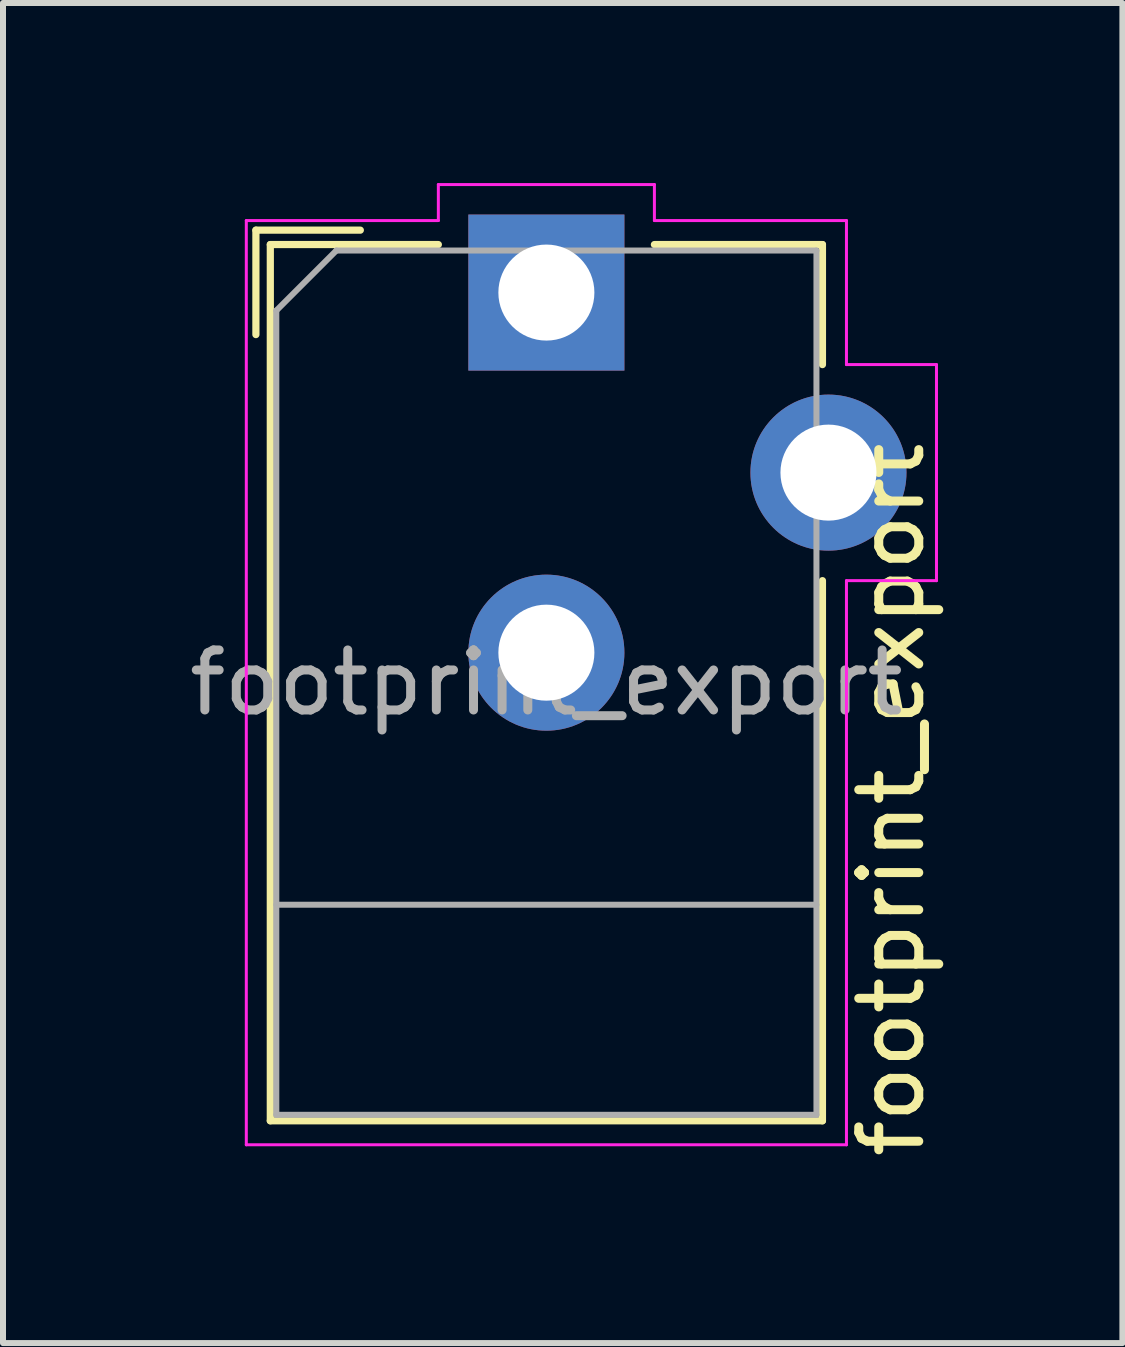
<source format=kicad_pcb>
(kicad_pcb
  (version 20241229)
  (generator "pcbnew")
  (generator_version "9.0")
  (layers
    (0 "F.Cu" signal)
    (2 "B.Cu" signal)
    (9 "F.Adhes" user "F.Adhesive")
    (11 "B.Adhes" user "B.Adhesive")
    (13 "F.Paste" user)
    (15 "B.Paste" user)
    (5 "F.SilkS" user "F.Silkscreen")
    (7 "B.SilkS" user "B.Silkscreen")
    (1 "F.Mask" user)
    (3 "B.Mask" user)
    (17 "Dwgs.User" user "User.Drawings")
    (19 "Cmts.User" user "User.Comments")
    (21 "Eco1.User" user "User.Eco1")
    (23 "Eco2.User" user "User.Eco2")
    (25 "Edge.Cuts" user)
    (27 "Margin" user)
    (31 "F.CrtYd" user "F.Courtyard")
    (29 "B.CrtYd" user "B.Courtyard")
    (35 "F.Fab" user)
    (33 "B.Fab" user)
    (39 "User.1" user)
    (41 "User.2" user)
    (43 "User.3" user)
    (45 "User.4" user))
  (footprint "footprint_export"
    (layer "F.Cu")
    (at 6.054 1.825)
    (property "Reference" "footprint_export" (at 5.75 8.45 90) (layer "F.SilkS") (effects (font (size 1 1) (thickness 0.15))))
    (attr through_hole)
    (fp_line (start -4.84 -1.04) (end -3.1 -1.04) (stroke (width 0.12) (type solid)) (layer "F.SilkS"))
    (fp_line (start -4.84 0.7) (end -4.84 -1.04) (stroke (width 0.12) (type solid)) (layer "F.SilkS"))
    (fp_line (start -4.6 -0.8) (end -1.8 -0.8) (stroke (width 0.12) (type solid)) (layer "F.SilkS"))
    (fp_line (start -4.6 13.8) (end -4.6 -0.8) (stroke (width 0.12) (type solid)) (layer "F.SilkS"))
    (fp_line (start 1.8 -0.8) (end 4.6 -0.8) (stroke (width 0.12) (type solid)) (layer "F.SilkS"))
    (fp_line (start 4.6 -0.8) (end 4.6 1.2) (stroke (width 0.12) (type solid)) (layer "F.SilkS"))
    (fp_line (start 4.6 4.8) (end 4.6 13.8) (stroke (width 0.12) (type solid)) (layer "F.SilkS"))
    (fp_line (start 4.6 13.8) (end -4.6 13.8) (stroke (width 0.12) (type solid)) (layer "F.SilkS"))
    (fp_line (start -5 -1.2) (end -1.8 -1.2) (stroke (width 0.05) (type solid)) (layer "F.CrtYd"))
    (fp_line (start -5 14.2) (end -5 -1.2) (stroke (width 0.05) (type solid)) (layer "F.CrtYd"))
    (fp_line (start -1.8 -1.8) (end 1.8 -1.8) (stroke (width 0.05) (type solid)) (layer "F.CrtYd"))
    (fp_line (start -1.8 -1.2) (end -1.8 -1.8) (stroke (width 0.05) (type solid)) (layer "F.CrtYd"))
    (fp_line (start 1.8 -1.8) (end 1.8 -1.2) (stroke (width 0.05) (type solid)) (layer "F.CrtYd"))
    (fp_line (start 1.8 -1.2) (end 5 -1.2) (stroke (width 0.05) (type solid)) (layer "F.CrtYd"))
    (fp_line (start 5 -1.2) (end 5 1.2) (stroke (width 0.05) (type solid)) (layer "F.CrtYd"))
    (fp_line (start 5 1.2) (end 6.5 1.2) (stroke (width 0.05) (type solid)) (layer "F.CrtYd"))
    (fp_line (start 5 4.8) (end 5 14.2) (stroke (width 0.05) (type solid)) (layer "F.CrtYd"))
    (fp_line (start 5 14.2) (end -5 14.2) (stroke (width 0.05) (type solid)) (layer "F.CrtYd"))
    (fp_line (start 6.5 1.2) (end 6.5 4.8) (stroke (width 0.05) (type solid)) (layer "F.CrtYd"))
    (fp_line (start 6.5 4.8) (end 5 4.8) (stroke (width 0.05) (type solid)) (layer "F.CrtYd"))
    (fp_line (start -4.5 0.3) (end -3.5 -0.7) (stroke (width 0.1) (type solid)) (layer "F.Fab"))
    (fp_line (start -4.5 10.2) (end 4.5 10.2) (stroke (width 0.1) (type solid)) (layer "F.Fab"))
    (fp_line (start -4.5 13.7) (end -4.5 0.3) (stroke (width 0.1) (type solid)) (layer "F.Fab"))
    (fp_line (start -3.5 -0.7) (end 4.5 -0.7) (stroke (width 0.1) (type solid)) (layer "F.Fab"))
    (fp_line (start 4.5 -0.7) (end 4.5 13.7) (stroke (width 0.1) (type solid)) (layer "F.Fab"))
    (fp_line (start 4.5 13.7) (end -4.5 13.7) (stroke (width 0.1) (type solid)) (layer "F.Fab"))
    (fp_text user "${REFERENCE}" (at 0 6.5 0) (layer "F.Fab") (effects (font (size 1 1) (thickness 0.15))))
    (pad "1" thru_hole rect (at 0 0) (size 2.6 2.6) (drill 1.6) (layers "*.Cu" "*.Mask"))
    (pad "2" thru_hole circle (at 0 6) (size 2.6 2.6) (drill 1.6) (layers "*.Cu" "*.Mask"))
    (pad "3" thru_hole circle (at 4.7 3) (size 2.6 2.6) (drill 1.6) (layers "*.Cu" "*.Mask")))
  (gr_rect
    (start -3 -3)
    (end 15.652 19.329)
    (stroke (width 0.1) (type default))
    (fill no)
    (layer "Edge.Cuts")))
</source>
